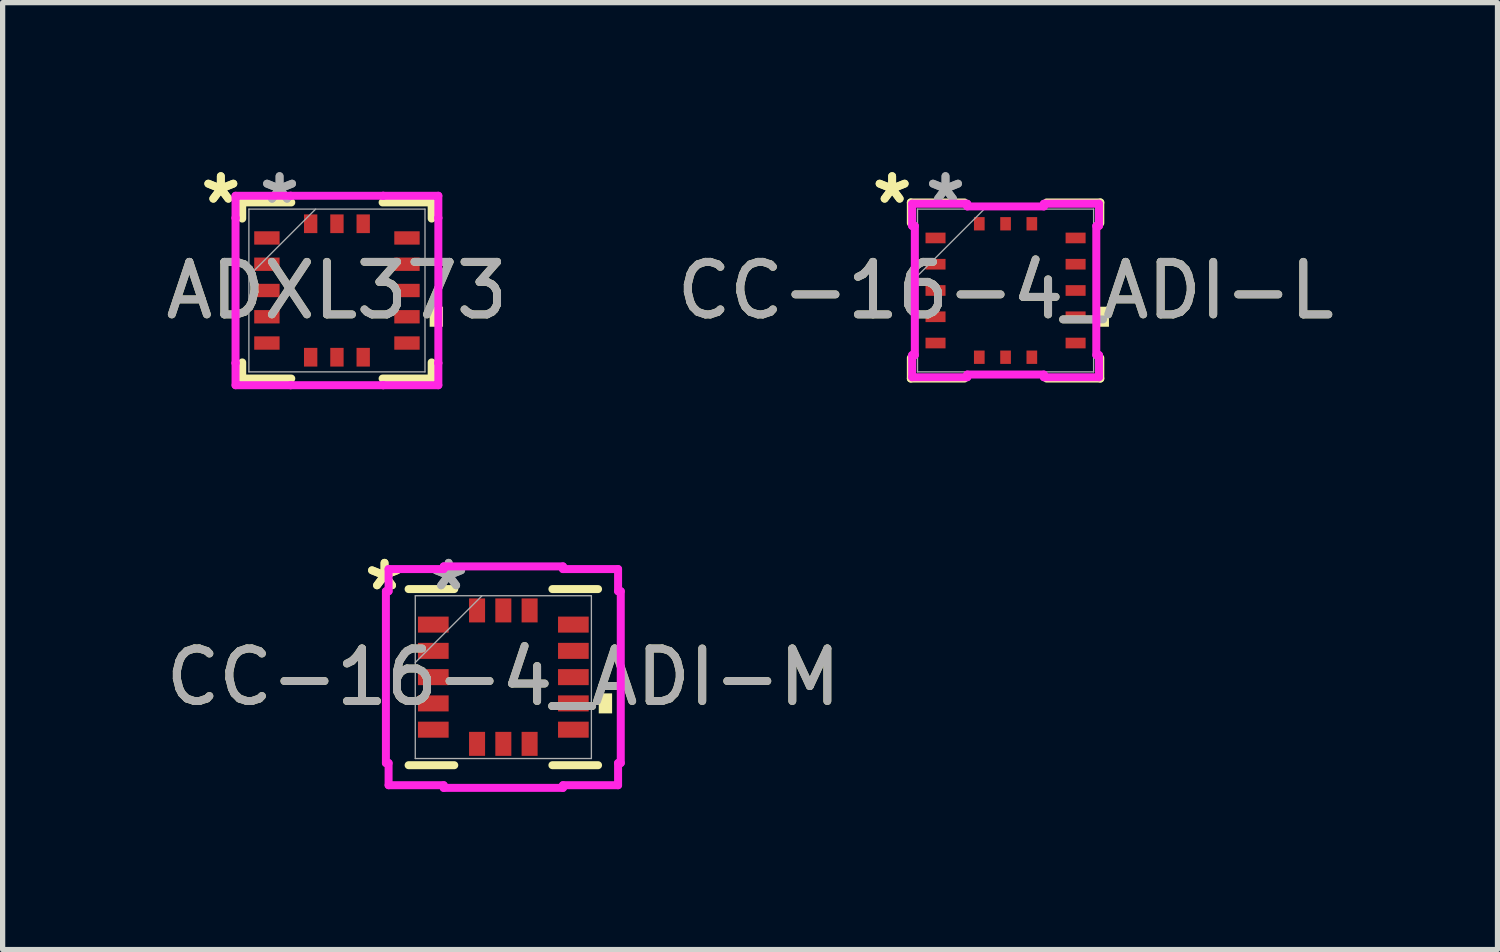
<source format=kicad_pcb>
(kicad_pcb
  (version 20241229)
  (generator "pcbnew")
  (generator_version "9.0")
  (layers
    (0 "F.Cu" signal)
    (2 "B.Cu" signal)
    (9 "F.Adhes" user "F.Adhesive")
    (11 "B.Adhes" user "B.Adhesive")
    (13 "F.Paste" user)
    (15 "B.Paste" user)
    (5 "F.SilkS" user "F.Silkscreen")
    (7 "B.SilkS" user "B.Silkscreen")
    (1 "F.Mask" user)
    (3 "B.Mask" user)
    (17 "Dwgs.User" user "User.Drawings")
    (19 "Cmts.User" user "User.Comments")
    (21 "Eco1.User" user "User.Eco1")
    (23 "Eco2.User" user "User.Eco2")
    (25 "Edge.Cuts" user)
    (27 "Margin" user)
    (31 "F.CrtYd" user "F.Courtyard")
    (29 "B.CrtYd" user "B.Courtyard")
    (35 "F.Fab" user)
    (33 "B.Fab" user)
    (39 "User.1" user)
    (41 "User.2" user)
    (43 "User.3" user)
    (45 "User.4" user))
  (footprint "CC-16-4_ADI-M"
    (layer "F.Cu")
    (at 6.53 9.838)
    (property "Reference" "CC-16-4_ADI-M" (at 0 0 0) (unlocked yes) (layer "F.SilkS") (effects (font (size 1 1) (thickness 0.15))))
    (attr smd)
    (fp_line (start -1.803 1.676) (end -0.934 1.676) (stroke (width 0.152) (type solid)) (layer "F.SilkS"))
    (fp_line (start -0.934 -1.676) (end -1.803 -1.676) (stroke (width 0.152) (type solid)) (layer "F.SilkS"))
    (fp_line (start 0.934 1.676) (end 1.803 1.676) (stroke (width 0.152) (type solid)) (layer "F.SilkS"))
    (fp_line (start 1.803 -1.676) (end 0.934 -1.676) (stroke (width 0.152) (type solid)) (layer "F.SilkS"))
    (fp_poly (pts (xy 2.07 0.309) (xy 2.07 0.69) (xy 1.816 0.69) (xy 1.816 0.309)) (stroke (width 0) (type solid)) (fill yes) (layer "F.SilkS"))
    (fp_line (start -2.235 -1.635) (end -2.184 -1.635) (stroke (width 0.152) (type solid)) (layer "F.CrtYd"))
    (fp_line (start -2.235 1.635) (end -2.235 -1.635) (stroke (width 0.152) (type solid)) (layer "F.CrtYd"))
    (fp_line (start -2.184 -2.057) (end -1.135 -2.057) (stroke (width 0.152) (type solid)) (layer "F.CrtYd"))
    (fp_line (start -2.184 -1.635) (end -2.184 -2.057) (stroke (width 0.152) (type solid)) (layer "F.CrtYd"))
    (fp_line (start -2.184 1.635) (end -2.235 1.635) (stroke (width 0.152) (type solid)) (layer "F.CrtYd"))
    (fp_line (start -2.184 2.057) (end -2.184 1.635) (stroke (width 0.152) (type solid)) (layer "F.CrtYd"))
    (fp_line (start -2.184 2.057) (end -1.135 2.057) (stroke (width 0.152) (type solid)) (layer "F.CrtYd"))
    (fp_line (start -1.135 -2.108) (end 1.135 -2.108) (stroke (width 0.152) (type solid)) (layer "F.CrtYd"))
    (fp_line (start -1.135 -2.057) (end -1.135 -2.108) (stroke (width 0.152) (type solid)) (layer "F.CrtYd"))
    (fp_line (start -1.135 2.057) (end -1.135 2.108) (stroke (width 0.152) (type solid)) (layer "F.CrtYd"))
    (fp_line (start -1.135 2.108) (end 1.135 2.108) (stroke (width 0.152) (type solid)) (layer "F.CrtYd"))
    (fp_line (start 1.135 -2.108) (end 1.135 -2.057) (stroke (width 0.152) (type solid)) (layer "F.CrtYd"))
    (fp_line (start 1.135 -2.057) (end 2.184 -2.057) (stroke (width 0.152) (type solid)) (layer "F.CrtYd"))
    (fp_line (start 1.135 2.057) (end 2.184 2.057) (stroke (width 0.152) (type solid)) (layer "F.CrtYd"))
    (fp_line (start 1.135 2.108) (end 1.135 2.057) (stroke (width 0.152) (type solid)) (layer "F.CrtYd"))
    (fp_line (start 2.184 -1.635) (end 2.184 -2.057) (stroke (width 0.152) (type solid)) (layer "F.CrtYd"))
    (fp_line (start 2.184 1.635) (end 2.235 1.635) (stroke (width 0.152) (type solid)) (layer "F.CrtYd"))
    (fp_line (start 2.184 2.057) (end 2.184 1.635) (stroke (width 0.152) (type solid)) (layer "F.CrtYd"))
    (fp_line (start 2.235 -1.635) (end 2.184 -1.635) (stroke (width 0.152) (type solid)) (layer "F.CrtYd"))
    (fp_line (start 2.235 1.635) (end 2.235 -1.635) (stroke (width 0.152) (type solid)) (layer "F.CrtYd"))
    (fp_line (start -1.676 -1.549) (end -1.676 1.549) (stroke (width 0.025) (type solid)) (layer "F.Fab"))
    (fp_line (start -1.676 -0.279) (end -0.406 -1.549) (stroke (width 0.025) (type solid)) (layer "F.Fab"))
    (fp_line (start -1.676 1.549) (end 1.676 1.549) (stroke (width 0.025) (type solid)) (layer "F.Fab"))
    (fp_line (start 1.676 -1.549) (end -1.676 -1.549) (stroke (width 0.025) (type solid)) (layer "F.Fab"))
    (fp_line (start 1.676 1.549) (end 1.676 -1.549) (stroke (width 0.025) (type solid)) (layer "F.Fab"))
    (fp_text user "*" (at -2.261 -1.631 0) (layer "F.SilkS") (effects (font (size 1 1) (thickness 0.15))))
    (fp_text user "*" (at -2.261 -1.631 0) (unlocked yes) (layer "F.SilkS") (effects (font (size 1 1) (thickness 0.15))))
    (fp_text user "*" (at -1.041 -1.631 0) (unlocked yes) (layer "F.Fab") (effects (font (size 1 1) (thickness 0.15))))
    (fp_text user "${REFERENCE}" (at 0 0 0) (unlocked yes) (layer "F.Fab") (effects (font (size 1 1) (thickness 0.15))))
    (fp_text user "*" (at -1.041 -1.631 0) (layer "F.Fab") (effects (font (size 1 1) (thickness 0.15))))
    (pad "1" smd rect (at -1.333 -1 90) (size 0.305 0.584) (layers "F.Cu" "F.Mask" "F.Paste"))
    (pad "2" smd rect (at -1.333 -0.5 90) (size 0.305 0.584) (layers "F.Cu" "F.Mask" "F.Paste"))
    (pad "3" smd rect (at -1.333 0 90) (size 0.305 0.584) (layers "F.Cu" "F.Mask" "F.Paste"))
    (pad "4" smd rect (at -1.333 0.5 90) (size 0.305 0.584) (layers "F.Cu" "F.Mask" "F.Paste"))
    (pad "5" smd rect (at -1.333 1 90) (size 0.305 0.584) (layers "F.Cu" "F.Mask" "F.Paste"))
    (pad "6" smd rect (at -0.5 1.27) (size 0.305 0.457) (layers "F.Cu" "F.Mask" "F.Paste"))
    (pad "7" smd rect (at 0 1.27) (size 0.305 0.457) (layers "F.Cu" "F.Mask" "F.Paste"))
    (pad "8" smd rect (at 0.5 1.27) (size 0.305 0.457) (layers "F.Cu" "F.Mask" "F.Paste"))
    (pad "9" smd rect (at 1.333 1 90) (size 0.305 0.584) (layers "F.Cu" "F.Mask" "F.Paste"))
    (pad "10" smd rect (at 1.333 0.5 90) (size 0.305 0.584) (layers "F.Cu" "F.Mask" "F.Paste"))
    (pad "11" smd rect (at 1.333 0 90) (size 0.305 0.584) (layers "F.Cu" "F.Mask" "F.Paste"))
    (pad "12" smd rect (at 1.333 -0.5 90) (size 0.305 0.584) (layers "F.Cu" "F.Mask" "F.Paste"))
    (pad "13" smd rect (at 1.333 -1 90) (size 0.305 0.584) (layers "F.Cu" "F.Mask" "F.Paste"))
    (pad "14" smd rect (at 0.5 -1.27) (size 0.305 0.457) (layers "F.Cu" "F.Mask" "F.Paste"))
    (pad "15" smd rect (at 0 -1.27) (size 0.305 0.457) (layers "F.Cu" "F.Mask" "F.Paste"))
    (pad "16" smd rect (at -0.5 -1.27) (size 0.305 0.457) (layers "F.Cu" "F.Mask" "F.Paste")))
  (footprint "ADXL373"
    (layer "F.Cu")
    (at 3.363 2.479)
    (property "Reference" "ADXL373" (at 0 0 0) (unlocked yes) (layer "F.SilkS") (effects (font (size 1 1) (thickness 0.15))))
    (attr smd)
    (fp_line (start -1.803 -1.676) (end -1.803 -1.369) (stroke (width 0.152) (type solid)) (layer "F.SilkS"))
    (fp_line (start -1.803 1.369) (end -1.803 1.676) (stroke (width 0.152) (type solid)) (layer "F.SilkS"))
    (fp_line (start -1.803 1.676) (end -0.869 1.676) (stroke (width 0.152) (type solid)) (layer "F.SilkS"))
    (fp_line (start -0.869 -1.676) (end -1.803 -1.676) (stroke (width 0.152) (type solid)) (layer "F.SilkS"))
    (fp_line (start 0.869 1.676) (end 1.803 1.676) (stroke (width 0.152) (type solid)) (layer "F.SilkS"))
    (fp_line (start 1.803 -1.676) (end 0.869 -1.676) (stroke (width 0.152) (type solid)) (layer "F.SilkS"))
    (fp_line (start 1.803 -1.369) (end 1.803 -1.676) (stroke (width 0.152) (type solid)) (layer "F.SilkS"))
    (fp_line (start 1.803 1.676) (end 1.803 1.369) (stroke (width 0.152) (type solid)) (layer "F.SilkS"))
    (fp_poly (pts (xy 2.019 0.309) (xy 2.019 0.69) (xy 1.765 0.69) (xy 1.765 0.309)) (stroke (width 0) (type solid)) (fill yes) (layer "F.SilkS"))
    (fp_line (start -1.93 -1.803) (end -0.881 -1.803) (stroke (width 0.152) (type solid)) (layer "F.CrtYd"))
    (fp_line (start -1.93 -1.381) (end -1.93 -1.803) (stroke (width 0.152) (type solid)) (layer "F.CrtYd"))
    (fp_line (start -1.93 -1.381) (end -1.93 -1.381) (stroke (width 0.152) (type solid)) (layer "F.CrtYd"))
    (fp_line (start -1.93 1.381) (end -1.93 -1.381) (stroke (width 0.152) (type solid)) (layer "F.CrtYd"))
    (fp_line (start -1.93 1.381) (end -1.93 1.381) (stroke (width 0.152) (type solid)) (layer "F.CrtYd"))
    (fp_line (start -1.93 1.803) (end -1.93 1.381) (stroke (width 0.152) (type solid)) (layer "F.CrtYd"))
    (fp_line (start -1.93 1.803) (end -0.881 1.803) (stroke (width 0.152) (type solid)) (layer "F.CrtYd"))
    (fp_line (start -0.881 -1.803) (end -0.881 -1.803) (stroke (width 0.152) (type solid)) (layer "F.CrtYd"))
    (fp_line (start -0.881 -1.803) (end 0.881 -1.803) (stroke (width 0.152) (type solid)) (layer "F.CrtYd"))
    (fp_line (start -0.881 1.803) (end -0.881 1.803) (stroke (width 0.152) (type solid)) (layer "F.CrtYd"))
    (fp_line (start -0.881 1.803) (end 0.881 1.803) (stroke (width 0.152) (type solid)) (layer "F.CrtYd"))
    (fp_line (start 0.881 -1.803) (end 0.881 -1.803) (stroke (width 0.152) (type solid)) (layer "F.CrtYd"))
    (fp_line (start 0.881 -1.803) (end 1.93 -1.803) (stroke (width 0.152) (type solid)) (layer "F.CrtYd"))
    (fp_line (start 0.881 1.803) (end 0.881 1.803) (stroke (width 0.152) (type solid)) (layer "F.CrtYd"))
    (fp_line (start 0.881 1.803) (end 1.93 1.803) (stroke (width 0.152) (type solid)) (layer "F.CrtYd"))
    (fp_line (start 1.93 -1.381) (end 1.93 -1.803) (stroke (width 0.152) (type solid)) (layer "F.CrtYd"))
    (fp_line (start 1.93 -1.381) (end 1.93 -1.381) (stroke (width 0.152) (type solid)) (layer "F.CrtYd"))
    (fp_line (start 1.93 1.381) (end 1.93 -1.381) (stroke (width 0.152) (type solid)) (layer "F.CrtYd"))
    (fp_line (start 1.93 1.381) (end 1.93 1.381) (stroke (width 0.152) (type solid)) (layer "F.CrtYd"))
    (fp_line (start 1.93 1.803) (end 1.93 1.381) (stroke (width 0.152) (type solid)) (layer "F.CrtYd"))
    (fp_line (start -1.676 -1.549) (end -1.676 1.549) (stroke (width 0.025) (type solid)) (layer "F.Fab"))
    (fp_line (start -1.676 -0.279) (end -0.406 -1.549) (stroke (width 0.025) (type solid)) (layer "F.Fab"))
    (fp_line (start -1.676 1.549) (end 1.676 1.549) (stroke (width 0.025) (type solid)) (layer "F.Fab"))
    (fp_line (start 1.676 -1.549) (end -1.676 -1.549) (stroke (width 0.025) (type solid)) (layer "F.Fab"))
    (fp_line (start 1.676 1.549) (end 1.676 -1.549) (stroke (width 0.025) (type solid)) (layer "F.Fab"))
    (fp_text user "*" (at -2.21 -1.631 0) (layer "F.SilkS") (effects (font (size 1 1) (thickness 0.15))))
    (fp_text user "*" (at -2.21 -1.631 0) (unlocked yes) (layer "F.SilkS") (effects (font (size 1 1) (thickness 0.15))))
    (fp_text user "${REFERENCE}" (at 0 0 0) (unlocked yes) (layer "F.Fab") (effects (font (size 1 1) (thickness 0.15))))
    (fp_text user "*" (at -1.092 -1.631 0) (unlocked yes) (layer "F.Fab") (effects (font (size 1 1) (thickness 0.15))))
    (fp_text user "*" (at -1.092 -1.631 0) (layer "F.Fab") (effects (font (size 1 1) (thickness 0.15))))
    (pad "1" smd rect (at -1.333 -1 90) (size 0.254 0.483) (layers "F.Cu" "F.Mask" "F.Paste"))
    (pad "2" smd rect (at -1.333 -0.5 90) (size 0.254 0.483) (layers "F.Cu" "F.Mask" "F.Paste"))
    (pad "3" smd rect (at -1.333 0 90) (size 0.254 0.483) (layers "F.Cu" "F.Mask" "F.Paste"))
    (pad "4" smd rect (at -1.333 0.5 90) (size 0.254 0.483) (layers "F.Cu" "F.Mask" "F.Paste"))
    (pad "5" smd rect (at -1.333 1 90) (size 0.254 0.483) (layers "F.Cu" "F.Mask" "F.Paste"))
    (pad "6" smd rect (at -0.5 1.27) (size 0.254 0.356) (layers "F.Cu" "F.Mask" "F.Paste"))
    (pad "7" smd rect (at 0 1.27) (size 0.254 0.356) (layers "F.Cu" "F.Mask" "F.Paste"))
    (pad "8" smd rect (at 0.5 1.27) (size 0.254 0.356) (layers "F.Cu" "F.Mask" "F.Paste"))
    (pad "9" smd rect (at 1.333 1 90) (size 0.254 0.483) (layers "F.Cu" "F.Mask" "F.Paste"))
    (pad "10" smd rect (at 1.333 0.5 90) (size 0.254 0.483) (layers "F.Cu" "F.Mask" "F.Paste"))
    (pad "11" smd rect (at 1.333 0 90) (size 0.254 0.483) (layers "F.Cu" "F.Mask" "F.Paste"))
    (pad "12" smd rect (at 1.333 -0.5 90) (size 0.254 0.483) (layers "F.Cu" "F.Mask" "F.Paste"))
    (pad "13" smd rect (at 1.333 -1 90) (size 0.254 0.483) (layers "F.Cu" "F.Mask" "F.Paste"))
    (pad "14" smd rect (at 0.5 -1.27) (size 0.254 0.356) (layers "F.Cu" "F.Mask" "F.Paste"))
    (pad "15" smd rect (at 0 -1.27) (size 0.254 0.356) (layers "F.Cu" "F.Mask" "F.Paste"))
    (pad "16" smd rect (at -0.5 -1.27) (size 0.254 0.356) (layers "F.Cu" "F.Mask" "F.Paste")))
  (footprint "CC-16-4_ADI-L"
    (layer "F.Cu")
    (at 16.089 2.479)
    (property "Reference" "CC-16-4_ADI-L" (at 0 0 0) (unlocked yes) (layer "F.SilkS") (effects (font (size 1 1) (thickness 0.15))))
    (attr smd)
    (fp_line (start -1.803 -1.676) (end -1.803 -1.282) (stroke (width 0.152) (type solid)) (layer "F.SilkS"))
    (fp_line (start -1.803 1.282) (end -1.803 1.676) (stroke (width 0.152) (type solid)) (layer "F.SilkS"))
    (fp_line (start -1.803 1.676) (end -0.782 1.676) (stroke (width 0.152) (type solid)) (layer "F.SilkS"))
    (fp_line (start -0.782 -1.676) (end -1.803 -1.676) (stroke (width 0.152) (type solid)) (layer "F.SilkS"))
    (fp_line (start 0.782 1.676) (end 1.803 1.676) (stroke (width 0.152) (type solid)) (layer "F.SilkS"))
    (fp_line (start 1.803 -1.676) (end 0.782 -1.676) (stroke (width 0.152) (type solid)) (layer "F.SilkS"))
    (fp_line (start 1.803 -1.282) (end 1.803 -1.676) (stroke (width 0.152) (type solid)) (layer "F.SilkS"))
    (fp_line (start 1.803 1.676) (end 1.803 1.282) (stroke (width 0.152) (type solid)) (layer "F.SilkS"))
    (fp_poly (pts (xy 1.968 0.309) (xy 1.968 0.69) (xy 1.714 0.69) (xy 1.714 0.309)) (stroke (width 0) (type solid)) (fill yes) (layer "F.SilkS"))
    (fp_line (start -1.778 -1.651) (end -0.729 -1.651) (stroke (width 0.152) (type solid)) (layer "F.CrtYd"))
    (fp_line (start -1.778 -1.229) (end -1.778 -1.651) (stroke (width 0.152) (type solid)) (layer "F.CrtYd"))
    (fp_line (start -1.778 1.229) (end -1.727 1.229) (stroke (width 0.152) (type solid)) (layer "F.CrtYd"))
    (fp_line (start -1.778 1.651) (end -1.778 1.229) (stroke (width 0.152) (type solid)) (layer "F.CrtYd"))
    (fp_line (start -1.778 1.651) (end -0.729 1.651) (stroke (width 0.152) (type solid)) (layer "F.CrtYd"))
    (fp_line (start -1.727 -1.229) (end -1.778 -1.229) (stroke (width 0.152) (type solid)) (layer "F.CrtYd"))
    (fp_line (start -1.727 1.229) (end -1.727 -1.229) (stroke (width 0.152) (type solid)) (layer "F.CrtYd"))
    (fp_line (start -0.729 -1.651) (end -0.729 -1.6) (stroke (width 0.152) (type solid)) (layer "F.CrtYd"))
    (fp_line (start -0.729 -1.6) (end 0.729 -1.6) (stroke (width 0.152) (type solid)) (layer "F.CrtYd"))
    (fp_line (start -0.729 1.6) (end 0.729 1.6) (stroke (width 0.152) (type solid)) (layer "F.CrtYd"))
    (fp_line (start -0.729 1.651) (end -0.729 1.6) (stroke (width 0.152) (type solid)) (layer "F.CrtYd"))
    (fp_line (start 0.729 -1.651) (end 1.778 -1.651) (stroke (width 0.152) (type solid)) (layer "F.CrtYd"))
    (fp_line (start 0.729 -1.6) (end 0.729 -1.651) (stroke (width 0.152) (type solid)) (layer "F.CrtYd"))
    (fp_line (start 0.729 1.6) (end 0.729 1.651) (stroke (width 0.152) (type solid)) (layer "F.CrtYd"))
    (fp_line (start 0.729 1.651) (end 1.778 1.651) (stroke (width 0.152) (type solid)) (layer "F.CrtYd"))
    (fp_line (start 1.727 -1.229) (end 1.778 -1.229) (stroke (width 0.152) (type solid)) (layer "F.CrtYd"))
    (fp_line (start 1.727 1.229) (end 1.727 -1.229) (stroke (width 0.152) (type solid)) (layer "F.CrtYd"))
    (fp_line (start 1.778 -1.229) (end 1.778 -1.651) (stroke (width 0.152) (type solid)) (layer "F.CrtYd"))
    (fp_line (start 1.778 1.229) (end 1.727 1.229) (stroke (width 0.152) (type solid)) (layer "F.CrtYd"))
    (fp_line (start 1.778 1.651) (end 1.778 1.229) (stroke (width 0.152) (type solid)) (layer "F.CrtYd"))
    (fp_line (start -1.676 -1.549) (end -1.676 1.549) (stroke (width 0.025) (type solid)) (layer "F.Fab"))
    (fp_line (start -1.676 -0.279) (end -0.406 -1.549) (stroke (width 0.025) (type solid)) (layer "F.Fab"))
    (fp_line (start -1.676 1.549) (end 1.676 1.549) (stroke (width 0.025) (type solid)) (layer "F.Fab"))
    (fp_line (start 1.676 -1.549) (end -1.676 -1.549) (stroke (width 0.025) (type solid)) (layer "F.Fab"))
    (fp_line (start 1.676 1.549) (end 1.676 -1.549) (stroke (width 0.025) (type solid)) (layer "F.Fab"))
    (fp_text user "*" (at -2.159 -1.631 0) (layer "F.SilkS") (effects (font (size 1 1) (thickness 0.15))))
    (fp_text user "*" (at -2.159 -1.631 0) (unlocked yes) (layer "F.SilkS") (effects (font (size 1 1) (thickness 0.15))))
    (fp_text user "*" (at -1.143 -1.631 0) (unlocked yes) (layer "F.Fab") (effects (font (size 1 1) (thickness 0.15))))
    (fp_text user "*" (at -1.143 -1.631 0) (layer "F.Fab") (effects (font (size 1 1) (thickness 0.15))))
    (fp_text user "${REFERENCE}" (at 0 0 0) (unlocked yes) (layer "F.Fab") (effects (font (size 1 1) (thickness 0.15))))
    (pad "1" smd rect (at -1.333 -1 90) (size 0.203 0.381) (layers "F.Cu" "F.Mask" "F.Paste"))
    (pad "2" smd rect (at -1.333 -0.5 90) (size 0.203 0.381) (layers "F.Cu" "F.Mask" "F.Paste"))
    (pad "3" smd rect (at -1.333 0 90) (size 0.203 0.381) (layers "F.Cu" "F.Mask" "F.Paste"))
    (pad "4" smd rect (at -1.333 0.5 90) (size 0.203 0.381) (layers "F.Cu" "F.Mask" "F.Paste"))
    (pad "5" smd rect (at -1.333 1 90) (size 0.203 0.381) (layers "F.Cu" "F.Mask" "F.Paste"))
    (pad "6" smd rect (at -0.5 1.27) (size 0.203 0.254) (layers "F.Cu" "F.Mask" "F.Paste"))
    (pad "7" smd rect (at 0 1.27) (size 0.203 0.254) (layers "F.Cu" "F.Mask" "F.Paste"))
    (pad "8" smd rect (at 0.5 1.27) (size 0.203 0.254) (layers "F.Cu" "F.Mask" "F.Paste"))
    (pad "9" smd rect (at 1.333 1 90) (size 0.203 0.381) (layers "F.Cu" "F.Mask" "F.Paste"))
    (pad "10" smd rect (at 1.333 0.5 90) (size 0.203 0.381) (layers "F.Cu" "F.Mask" "F.Paste"))
    (pad "11" smd rect (at 1.333 0 90) (size 0.203 0.381) (layers "F.Cu" "F.Mask" "F.Paste"))
    (pad "12" smd rect (at 1.333 -0.5 90) (size 0.203 0.381) (layers "F.Cu" "F.Mask" "F.Paste"))
    (pad "13" smd rect (at 1.333 -1 90) (size 0.203 0.381) (layers "F.Cu" "F.Mask" "F.Paste"))
    (pad "14" smd rect (at 0.5 -1.27) (size 0.203 0.254) (layers "F.Cu" "F.Mask" "F.Paste"))
    (pad "15" smd rect (at 0 -1.27) (size 0.203 0.254) (layers "F.Cu" "F.Mask" "F.Paste"))
    (pad "16" smd rect (at -0.5 -1.27) (size 0.203 0.254) (layers "F.Cu" "F.Mask" "F.Paste")))
  (gr_rect
    (start -3 -3)
    (end 25.452 15.023)
    (stroke (width 0.1) (type default))
    (fill no)
    (layer "Edge.Cuts")))
</source>
